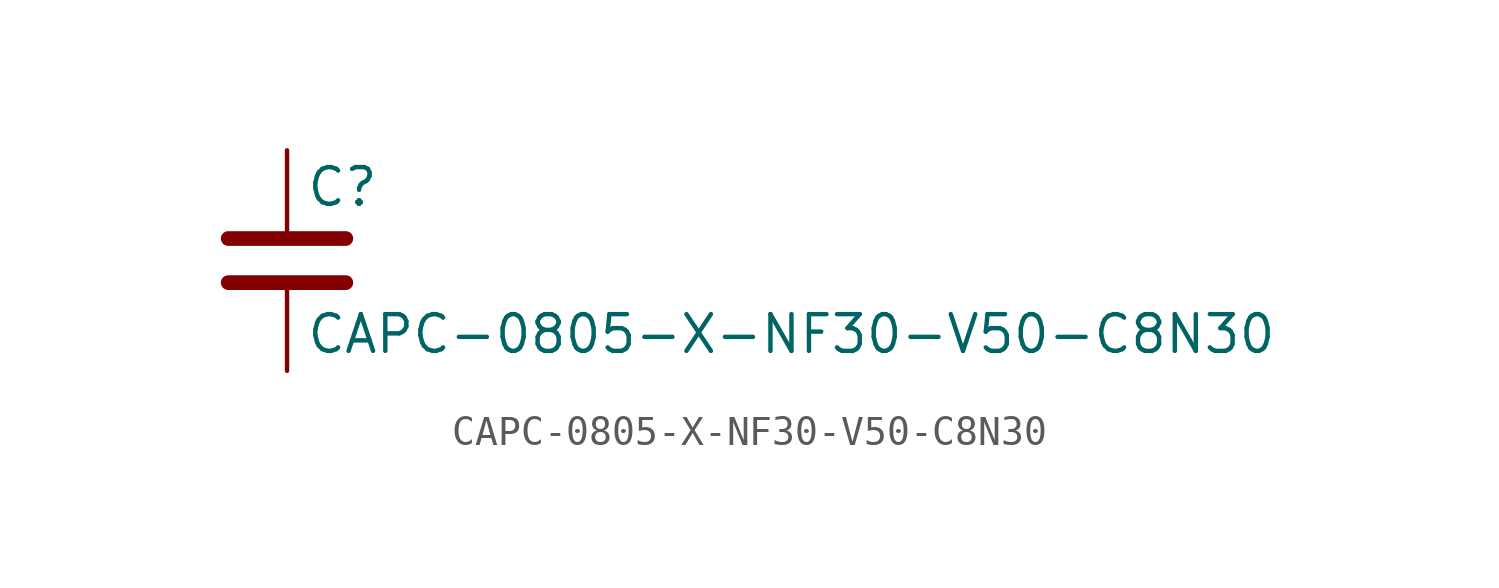
<source format=kicad_sym>
(kicad_symbol_lib
  (version 20211014)
  (generator kicad_symbol_editor)
  (symbol "CAPC-0805-X-NF30-V50-C8N30"
    (pin_numbers hide)
    (pin_names
      (offset 0.254))
    (property "Reference" "C"
      (at 0.635 2.54 0)
      (effects (font (size 1.27 1.27)) (justify left)))
    (property "Value" "CAPC-0805-X-NF30-V50-C8N30"
      (at 0.635 -2.54 0)
      (effects (font (size 1.27 1.27)) (justify left)))
    (symbol "CAPC-0805-X-NF30-V50-C8N30_0_1"
      (polyline (pts (xy -2.032 -0.762) (xy 2.032 -0.762)) (stroke (width 0.508) (type default) (color 0 0 0 0)) (fill (type none)))
      (polyline (pts (xy -2.032 0.762) (xy 2.032 0.762)) (stroke (width 0.508) (type default) (color 0 0 0 0)) (fill (type none))))
    (symbol "CAPC-0805-X-NF30-V50-C8N30_1_1"
      (pin passive line (at 0 3.81 270) (length 2.794) (name "~" (effects (font (size 1.27 1.27)))) (number "1" (effects (font (size 1.27 1.27)))))
      (pin passive line (at 0 -3.81 90) (length 2.794) (name "~" (effects (font (size 1.27 1.27)))) (number "2" (effects (font (size 1.27 1.27))))))))
</source>
